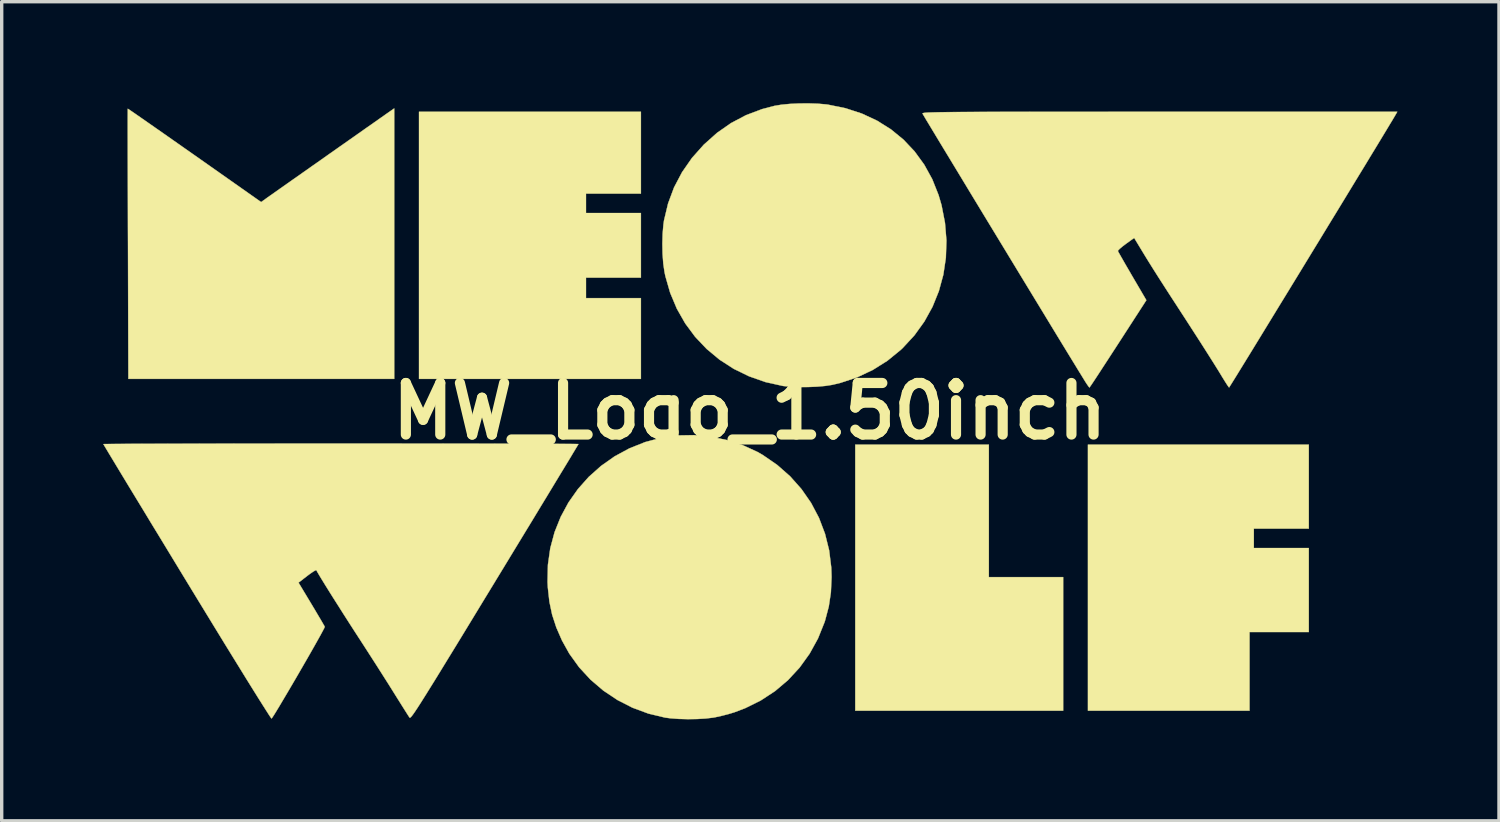
<source format=kicad_pcb>
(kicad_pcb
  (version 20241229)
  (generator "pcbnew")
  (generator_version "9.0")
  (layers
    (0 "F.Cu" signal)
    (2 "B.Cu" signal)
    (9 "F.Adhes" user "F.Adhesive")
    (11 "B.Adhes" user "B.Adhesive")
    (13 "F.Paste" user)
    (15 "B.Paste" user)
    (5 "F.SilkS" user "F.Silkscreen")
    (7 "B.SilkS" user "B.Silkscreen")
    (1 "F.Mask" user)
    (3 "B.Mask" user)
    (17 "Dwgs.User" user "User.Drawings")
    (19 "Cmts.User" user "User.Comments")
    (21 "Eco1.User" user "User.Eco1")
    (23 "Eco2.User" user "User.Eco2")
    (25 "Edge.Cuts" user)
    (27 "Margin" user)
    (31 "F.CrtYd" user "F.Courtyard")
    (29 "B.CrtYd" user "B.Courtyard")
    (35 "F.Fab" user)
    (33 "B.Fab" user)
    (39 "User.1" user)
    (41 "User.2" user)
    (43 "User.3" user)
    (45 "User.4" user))
  (footprint "MW_Logo_1.50inch"
    (layer "F.Cu")
    (at 19.103 9.101)
    (property "Reference" "MW_Logo_1.50inch" (at 0 0 0) (layer "F.SilkS") (effects (font (size 1.524 1.524) (thickness 0.3))))
    (attr through_hole)
    (fp_poly (pts (xy 7.066 4.902) (xy 9.262 4.902) (xy 9.262 8.849) (xy 3.119 8.849) (xy 3.119 0.987) (xy 7.066 0.987) (xy 7.066 4.902)) (stroke (width 0.01) (type solid)) (fill yes) (layer "F.SilkS"))
    (fp_poly (pts (xy 16.52 3.469) (xy 14.896 3.469) (xy 14.896 4.042) (xy 16.52 4.042) (xy 16.52 6.525) (xy 14.769 6.525) (xy 14.769 8.849) (xy 9.994 8.849) (xy 9.994 0.987) (xy 16.52 0.987) (xy 16.52 3.469)) (stroke (width 0.01) (type solid)) (fill yes) (layer "F.SilkS"))
    (fp_poly (pts (xy -3.215 -6.43) (xy -4.838 -6.43) (xy -4.838 -5.857) (xy -3.215 -5.857) (xy -3.215 -3.947) (xy -4.838 -3.947) (xy -4.838 -3.342) (xy -3.215 -3.342) (xy -3.215 -0.955) (xy -9.772 -0.955) (xy -9.772 -8.849) (xy -3.215 -8.849) (xy -3.215 -6.43)) (stroke (width 0.01) (type solid)) (fill yes) (layer "F.SilkS"))
    (fp_poly (pts (xy -10.504 -0.955) (xy -18.36 -0.955) (xy -18.371 -4.942) (xy -18.373 -5.44) (xy -18.374 -5.92) (xy -18.375 -6.379) (xy -18.376 -6.813) (xy -18.377 -7.217) (xy -18.378 -7.588) (xy -18.378 -7.922) (xy -18.379 -8.216) (xy -18.379 -8.465) (xy -18.379 -8.665) (xy -18.378 -8.813) (xy -18.378 -8.906) (xy -18.378 -8.938) (xy -18.351 -8.922) (xy -18.277 -8.872) (xy -18.159 -8.791) (xy -18.001 -8.681) (xy -17.807 -8.546) (xy -17.581 -8.388) (xy -17.327 -8.211) (xy -17.049 -8.016) (xy -16.751 -7.807) (xy -16.437 -7.587) (xy -16.404 -7.564) (xy -14.437 -6.18) (xy -14.292 -6.284) (xy -14.25 -6.315) (xy -14.16 -6.378) (xy -14.028 -6.471) (xy -13.861 -6.589) (xy -13.662 -6.729) (xy -13.437 -6.887) (xy -13.191 -7.06) (xy -12.93 -7.244) (xy -12.659 -7.434) (xy -12.383 -7.629) (xy -12.107 -7.823) (xy -11.836 -8.013) (xy -11.577 -8.195) (xy -11.333 -8.367) (xy -11.11 -8.523) (xy -10.914 -8.661) (xy -10.749 -8.777) (xy -10.621 -8.866) (xy -10.591 -8.887) (xy -10.504 -8.948) (xy -10.504 -0.955)) (stroke (width 0.01) (type solid)) (fill yes) (layer "F.SilkS"))
    (fp_poly (pts (xy -1.155 0.753) (xy -0.674 0.852) (xy -0.212 1.001) (xy 0.223 1.2) (xy 0.385 1.293) (xy 0.812 1.587) (xy 1.195 1.924) (xy 1.529 2.3) (xy 1.814 2.71) (xy 2.047 3.152) (xy 2.225 3.62) (xy 2.347 4.111) (xy 2.41 4.621) (xy 2.419 4.899) (xy 2.399 5.349) (xy 2.337 5.768) (xy 2.229 6.177) (xy 2.211 6.234) (xy 2.017 6.716) (xy 1.77 7.164) (xy 1.475 7.574) (xy 1.134 7.943) (xy 0.75 8.269) (xy 0.326 8.547) (xy -0.134 8.775) (xy -0.45 8.895) (xy -0.628 8.949) (xy -0.826 9) (xy -1.012 9.041) (xy -1.082 9.054) (xy -1.301 9.08) (xy -1.556 9.095) (xy -1.828 9.099) (xy -2.096 9.092) (xy -2.338 9.074) (xy -2.499 9.053) (xy -2.992 8.935) (xy -3.465 8.76) (xy -3.91 8.532) (xy -4.325 8.255) (xy -4.703 7.932) (xy -5.04 7.567) (xy -5.331 7.163) (xy -5.547 6.774) (xy -5.715 6.389) (xy -5.838 6.013) (xy -5.919 5.628) (xy -5.965 5.213) (xy -5.974 5.045) (xy -5.963 4.539) (xy -5.893 4.047) (xy -5.766 3.573) (xy -5.585 3.122) (xy -5.355 2.696) (xy -5.077 2.301) (xy -4.755 1.939) (xy -4.392 1.616) (xy -3.992 1.334) (xy -3.556 1.098) (xy -3.09 0.912) (xy -2.594 0.78) (xy -2.594 0.78) (xy -2.125 0.715) (xy -1.642 0.707) (xy -1.155 0.753)) (stroke (width 0.01) (type solid)) (fill yes) (layer "F.SilkS"))
    (fp_poly (pts (xy 2.016 -9.087) (xy 2.258 -9.066) (xy 2.316 -9.058) (xy 2.831 -8.953) (xy 3.314 -8.795) (xy 3.763 -8.586) (xy 4.174 -8.328) (xy 4.545 -8.024) (xy 4.873 -7.676) (xy 5.157 -7.286) (xy 5.394 -6.856) (xy 5.58 -6.389) (xy 5.668 -6.089) (xy 5.77 -5.566) (xy 5.813 -5.046) (xy 5.796 -4.534) (xy 5.721 -4.033) (xy 5.589 -3.55) (xy 5.402 -3.087) (xy 5.16 -2.649) (xy 4.865 -2.24) (xy 4.519 -1.866) (xy 4.465 -1.815) (xy 4.068 -1.491) (xy 3.635 -1.219) (xy 3.17 -1) (xy 2.676 -0.836) (xy 2.435 -0.779) (xy 2.235 -0.748) (xy 1.992 -0.726) (xy 1.728 -0.715) (xy 1.461 -0.713) (xy 1.213 -0.723) (xy 1.004 -0.744) (xy 0.976 -0.748) (xy 0.464 -0.862) (xy -0.02 -1.032) (xy -0.473 -1.253) (xy -0.891 -1.523) (xy -1.271 -1.839) (xy -1.611 -2.197) (xy -1.906 -2.595) (xy -2.153 -3.029) (xy -2.35 -3.497) (xy -2.493 -3.994) (xy -2.519 -4.121) (xy -2.554 -4.364) (xy -2.575 -4.647) (xy -2.581 -4.947) (xy -2.573 -5.243) (xy -2.55 -5.512) (xy -2.532 -5.639) (xy -2.412 -6.14) (xy -2.235 -6.615) (xy -1.999 -7.063) (xy -1.707 -7.483) (xy -1.359 -7.874) (xy -1.355 -7.878) (xy -0.965 -8.226) (xy -0.551 -8.515) (xy -0.109 -8.748) (xy 0.363 -8.926) (xy 0.732 -9.023) (xy 0.937 -9.057) (xy 1.187 -9.081) (xy 1.462 -9.094) (xy 1.745 -9.096) (xy 2.016 -9.087)) (stroke (width 0.01) (type solid)) (fill yes) (layer "F.SilkS"))
    (fp_poly (pts (xy 19.045 -8.694) (xy 18.998 -8.615) (xy 18.922 -8.49) (xy 18.82 -8.32) (xy 18.694 -8.112) (xy 18.546 -7.867) (xy 18.377 -7.59) (xy 18.192 -7.284) (xy 17.99 -6.954) (xy 17.776 -6.602) (xy 17.551 -6.232) (xy 17.317 -5.848) (xy 17.076 -5.454) (xy 16.832 -5.053) (xy 16.585 -4.649) (xy 16.339 -4.245) (xy 16.095 -3.846) (xy 15.856 -3.455) (xy 15.623 -3.075) (xy 15.4 -2.71) (xy 15.189 -2.365) (xy 14.991 -2.041) (xy 14.809 -1.744) (xy 14.645 -1.477) (xy 14.501 -1.243) (xy 14.38 -1.046) (xy 14.283 -0.89) (xy 14.214 -0.779) (xy 14.174 -0.715) (xy 14.165 -0.701) (xy 14.143 -0.728) (xy 14.096 -0.798) (xy 14.03 -0.902) (xy 13.951 -1.03) (xy 13.943 -1.044) (xy 13.843 -1.208) (xy 13.708 -1.424) (xy 13.54 -1.69) (xy 13.34 -2.004) (xy 13.108 -2.364) (xy 12.846 -2.77) (xy 12.555 -3.218) (xy 12.392 -3.469) (xy 12.249 -3.691) (xy 12.098 -3.927) (xy 11.948 -4.163) (xy 11.81 -4.383) (xy 11.693 -4.572) (xy 11.653 -4.638) (xy 11.36 -5.121) (xy 11.115 -4.945) (xy 11.01 -4.865) (xy 10.93 -4.797) (xy 10.885 -4.749) (xy 10.879 -4.735) (xy 10.897 -4.699) (xy 10.943 -4.617) (xy 11.013 -4.494) (xy 11.101 -4.34) (xy 11.205 -4.162) (xy 11.304 -3.991) (xy 11.72 -3.281) (xy 10.886 -1.991) (xy 10.719 -1.734) (xy 10.563 -1.494) (xy 10.421 -1.276) (xy 10.297 -1.085) (xy 10.193 -0.927) (xy 10.113 -0.807) (xy 10.06 -0.73) (xy 10.039 -0.7) (xy 10.039 -0.7) (xy 10.016 -0.725) (xy 9.971 -0.789) (xy 9.92 -0.867) (xy 9.875 -0.94) (xy 9.801 -1.061) (xy 9.7 -1.225) (xy 9.575 -1.43) (xy 9.427 -1.671) (xy 9.26 -1.945) (xy 9.075 -2.248) (xy 8.875 -2.577) (xy 8.662 -2.928) (xy 8.438 -3.296) (xy 8.205 -3.679) (xy 7.966 -4.072) (xy 7.723 -4.472) (xy 7.478 -4.876) (xy 7.233 -5.279) (xy 6.991 -5.677) (xy 6.754 -6.068) (xy 6.524 -6.447) (xy 6.304 -6.811) (xy 6.095 -7.156) (xy 5.9 -7.478) (xy 5.721 -7.773) (xy 5.56 -8.039) (xy 5.421 -8.27) (xy 5.304 -8.464) (xy 5.212 -8.616) (xy 5.148 -8.724) (xy 5.113 -8.783) (xy 5.107 -8.793) (xy 5.107 -8.799) (xy 5.113 -8.805) (xy 5.127 -8.81) (xy 5.153 -8.815) (xy 5.192 -8.82) (xy 5.247 -8.824) (xy 5.321 -8.827) (xy 5.415 -8.83) (xy 5.533 -8.833) (xy 5.676 -8.836) (xy 5.848 -8.838) (xy 6.05 -8.84) (xy 6.286 -8.842) (xy 6.557 -8.843) (xy 6.866 -8.845) (xy 7.216 -8.846) (xy 7.608 -8.847) (xy 8.046 -8.847) (xy 8.532 -8.848) (xy 9.069 -8.848) (xy 9.658 -8.848) (xy 10.302 -8.848) (xy 11.004 -8.849) (xy 11.766 -8.849) (xy 12.11 -8.849) (xy 19.135 -8.849) (xy 19.045 -8.694)) (stroke (width 0.01) (type solid)) (fill yes) (layer "F.SilkS"))
    (fp_poly (pts (xy -11.416 0.955) (xy -10.769 0.955) (xy -10.142 0.956) (xy -9.538 0.956) (xy -8.96 0.957) (xy -8.41 0.957) (xy -7.892 0.958) (xy -7.407 0.959) (xy -6.96 0.96) (xy -6.553 0.961) (xy -6.189 0.962) (xy -5.87 0.963) (xy -5.6 0.965) (xy -5.381 0.966) (xy -5.217 0.967) (xy -5.11 0.969) (xy -5.063 0.97) (xy -5.061 0.971) (xy -5.077 0.999) (xy -5.125 1.079) (xy -5.202 1.207) (xy -5.306 1.381) (xy -5.437 1.597) (xy -5.592 1.852) (xy -5.769 2.144) (xy -5.966 2.47) (xy -6.182 2.825) (xy -6.414 3.209) (xy -6.662 3.616) (xy -6.923 4.045) (xy -7.195 4.493) (xy -7.477 4.956) (xy -7.534 5.05) (xy -7.87 5.601) (xy -8.174 6.101) (xy -8.448 6.551) (xy -8.694 6.954) (xy -8.914 7.312) (xy -9.108 7.629) (xy -9.278 7.906) (xy -9.427 8.146) (xy -9.555 8.352) (xy -9.664 8.525) (xy -9.755 8.669) (xy -9.831 8.786) (xy -9.892 8.878) (xy -9.941 8.948) (xy -9.979 8.999) (xy -10.007 9.032) (xy -10.027 9.051) (xy -10.041 9.057) (xy -10.049 9.054) (xy -10.051 9.052) (xy -10.079 9.01) (xy -10.136 8.921) (xy -10.216 8.794) (xy -10.315 8.637) (xy -10.428 8.457) (xy -10.531 8.292) (xy -10.666 8.076) (xy -10.827 7.823) (xy -11.003 7.546) (xy -11.186 7.261) (xy -11.365 6.983) (xy -11.531 6.726) (xy -11.538 6.716) (xy -11.688 6.484) (xy -11.844 6.242) (xy -12 5.998) (xy -12.153 5.756) (xy -12.3 5.525) (xy -12.435 5.31) (xy -12.555 5.117) (xy -12.656 4.952) (xy -12.734 4.823) (xy -12.785 4.735) (xy -12.805 4.696) (xy -12.833 4.702) (xy -12.899 4.74) (xy -12.993 4.805) (xy -13.074 4.865) (xy -13.332 5.065) (xy -12.953 5.695) (xy -12.844 5.877) (xy -12.746 6.043) (xy -12.663 6.183) (xy -12.601 6.29) (xy -12.564 6.355) (xy -12.557 6.37) (xy -12.57 6.403) (xy -12.612 6.484) (xy -12.678 6.607) (xy -12.767 6.766) (xy -12.872 6.953) (xy -12.991 7.162) (xy -13.12 7.387) (xy -13.256 7.622) (xy -13.393 7.859) (xy -13.53 8.093) (xy -13.661 8.316) (xy -13.784 8.523) (xy -13.893 8.707) (xy -13.987 8.862) (xy -14.06 8.98) (xy -14.11 9.056) (xy -14.128 9.08) (xy -14.148 9.057) (xy -14.199 8.982) (xy -14.279 8.857) (xy -14.387 8.687) (xy -14.522 8.473) (xy -14.681 8.218) (xy -14.863 7.926) (xy -15.065 7.598) (xy -15.288 7.237) (xy -15.528 6.847) (xy -15.784 6.429) (xy -16.054 5.987) (xy -16.337 5.524) (xy -16.627 5.048) (xy -16.91 4.583) (xy -17.184 4.132) (xy -17.447 3.699) (xy -17.698 3.288) (xy -17.933 2.899) (xy -18.153 2.538) (xy -18.354 2.207) (xy -18.535 1.908) (xy -18.694 1.645) (xy -18.829 1.421) (xy -18.939 1.239) (xy -19.021 1.102) (xy -19.075 1.012) (xy -19.097 0.973) (xy -19.098 0.972) (xy -19.066 0.97) (xy -18.974 0.969) (xy -18.824 0.967) (xy -18.619 0.966) (xy -18.362 0.964) (xy -18.055 0.963) (xy -17.702 0.962) (xy -17.306 0.961) (xy -16.868 0.96) (xy -16.393 0.959) (xy -15.883 0.958) (xy -15.341 0.957) (xy -14.769 0.956) (xy -14.172 0.956) (xy -13.55 0.955) (xy -12.908 0.955) (xy -12.249 0.955) (xy -12.079 0.955) (xy -11.416 0.955)) (stroke (width 0.01) (type solid)) (fill yes) (layer "F.SilkS")))
  (gr_rect
    (start -3 -3)
    (end 41.243 21.205)
    (stroke (width 0.1) (type default))
    (fill no)
    (layer "Edge.Cuts")))
</source>
